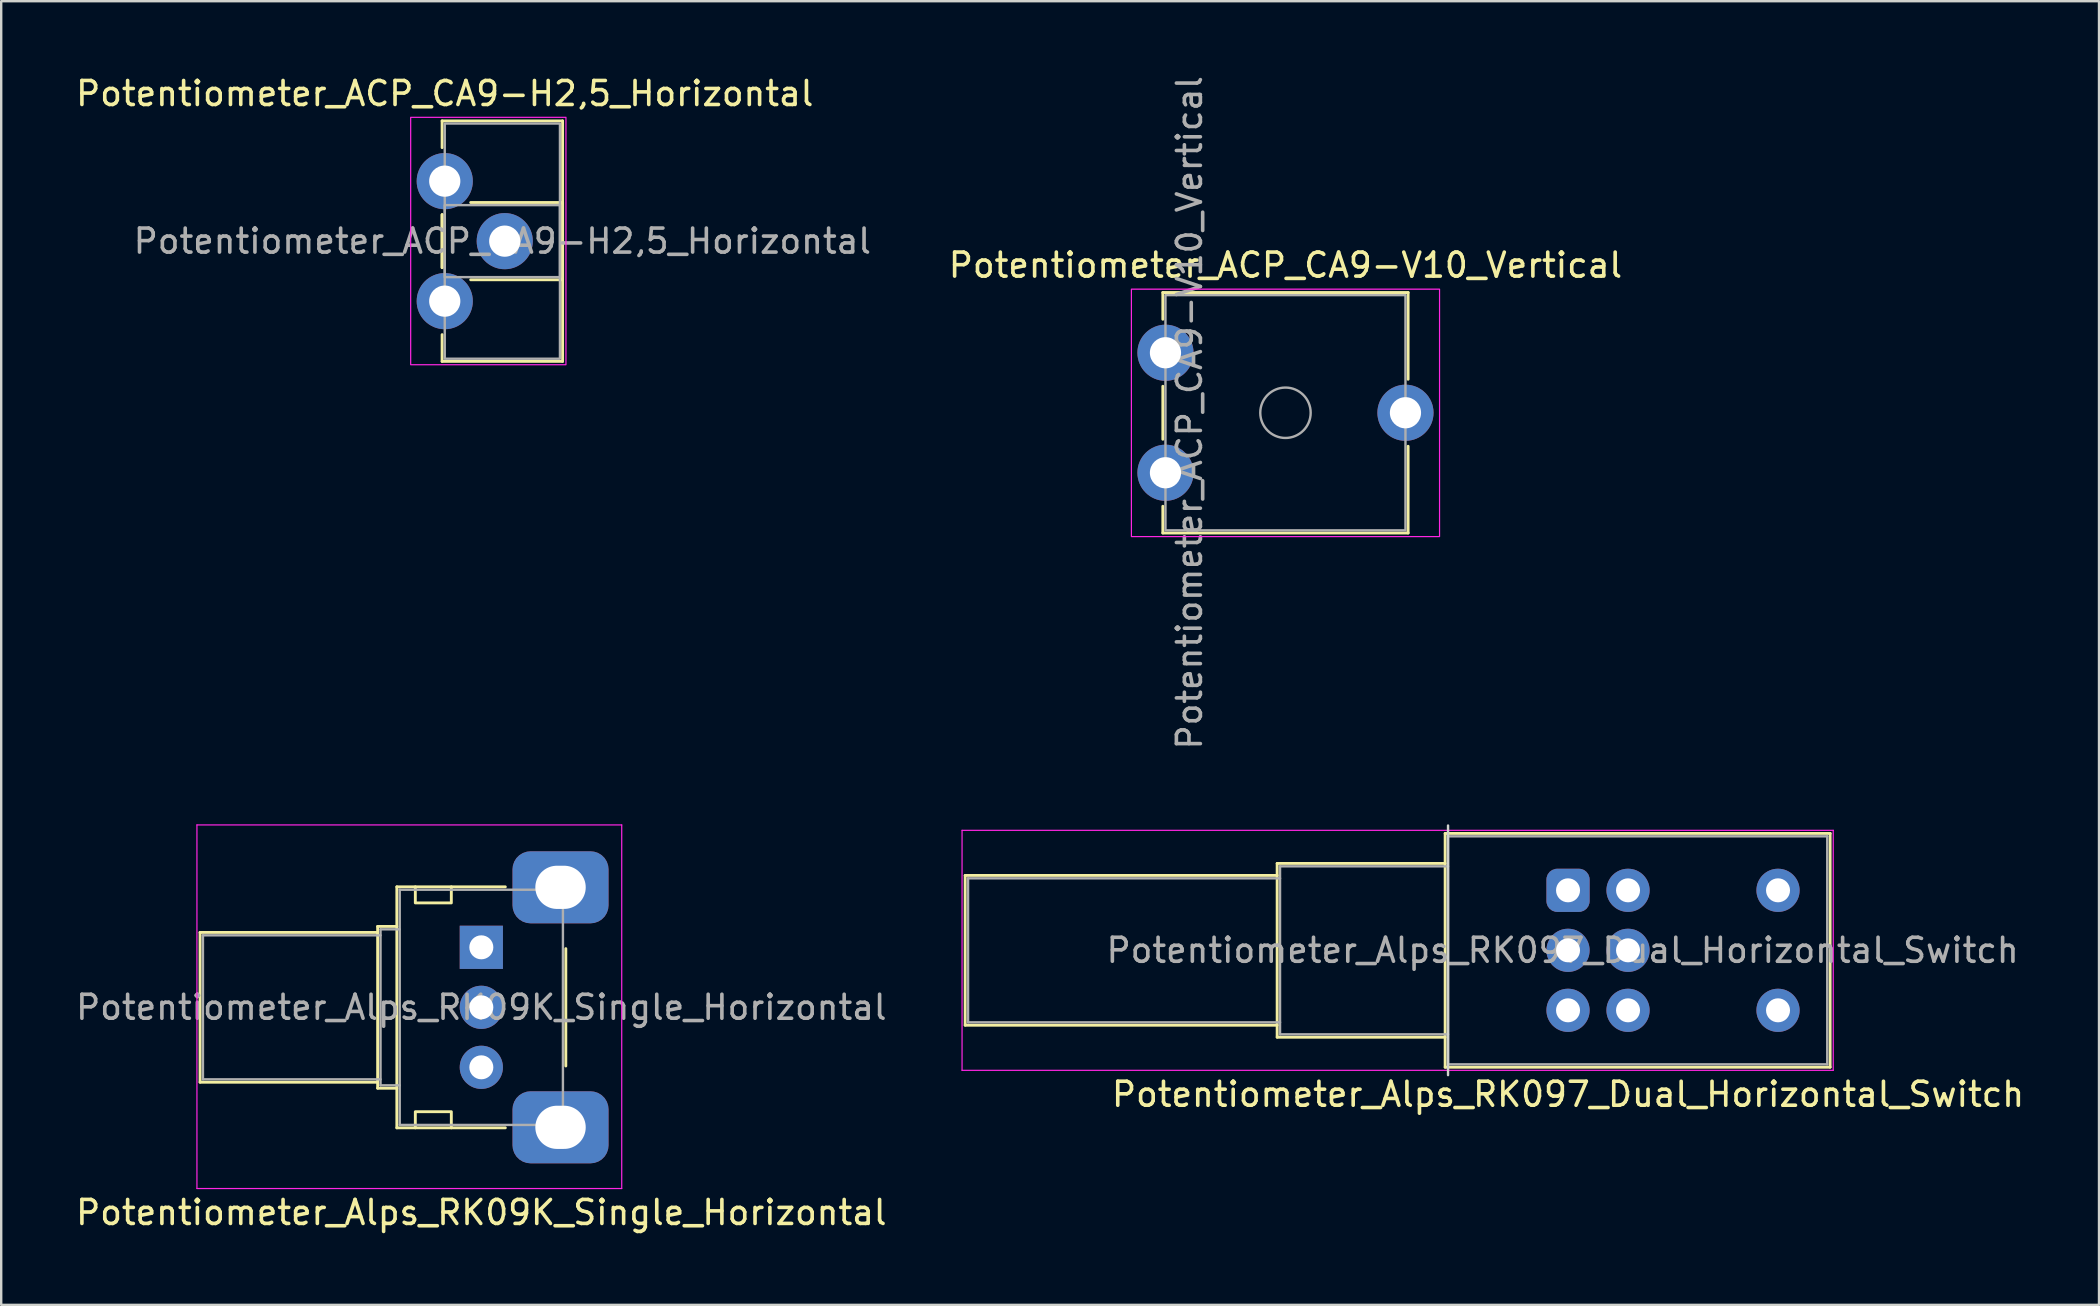
<source format=kicad_pcb>
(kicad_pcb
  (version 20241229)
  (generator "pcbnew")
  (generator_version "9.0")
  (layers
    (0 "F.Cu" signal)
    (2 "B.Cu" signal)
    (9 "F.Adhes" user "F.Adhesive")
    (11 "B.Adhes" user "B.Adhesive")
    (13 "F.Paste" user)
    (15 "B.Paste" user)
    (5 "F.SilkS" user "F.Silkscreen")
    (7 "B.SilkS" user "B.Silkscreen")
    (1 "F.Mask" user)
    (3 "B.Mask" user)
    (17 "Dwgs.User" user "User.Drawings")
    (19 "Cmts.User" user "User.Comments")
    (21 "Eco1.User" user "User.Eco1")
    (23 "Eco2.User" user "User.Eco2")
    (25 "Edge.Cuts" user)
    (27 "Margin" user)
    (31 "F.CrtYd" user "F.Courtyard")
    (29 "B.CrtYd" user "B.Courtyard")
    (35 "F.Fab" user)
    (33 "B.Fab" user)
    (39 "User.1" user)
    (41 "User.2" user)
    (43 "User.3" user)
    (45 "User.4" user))
  (footprint "Potentiometer_Alps_RK09K_Single_Horizontal"
    (layer "F.Cu")
    (at 17.006 36.423)
    (property "Reference" "Potentiometer_Alps_RK09K_Single_Horizontal" (at 0 11.05 180) (layer "F.SilkS") (effects (font (size 1 1) (thickness 0.15))))
    (attr through_hole)
    (fp_line (start -11.72 5.62) (end -11.72 -0.62) (stroke (width 0.12) (type solid)) (layer "F.SilkS"))
    (fp_line (start -4.32 -0.62) (end -11.72 -0.62) (stroke (width 0.12) (type solid)) (layer "F.SilkS"))
    (fp_line (start -4.32 5.62) (end -11.72 5.62) (stroke (width 0.12) (type solid)) (layer "F.SilkS"))
    (fp_line (start -4.32 5.87) (end -4.32 -0.87) (stroke (width 0.12) (type solid)) (layer "F.SilkS"))
    (fp_line (start -3.52 -0.87) (end -4.32 -0.87) (stroke (width 0.12) (type solid)) (layer "F.SilkS"))
    (fp_line (start -3.52 5.87) (end -4.32 5.87) (stroke (width 0.12) (type solid)) (layer "F.SilkS"))
    (fp_line (start -3.52 7.521) (end -3.52 -2.52) (stroke (width 0.12) (type solid)) (layer "F.SilkS"))
    (fp_line (start -2.75 -2.52) (end -3.52 -2.52) (stroke (width 0.12) (type solid)) (layer "F.SilkS"))
    (fp_line (start -2.75 7.521) (end -3.52 7.521) (stroke (width 0.12) (type solid)) (layer "F.SilkS"))
    (fp_line (start -1.25 -2.52) (end 1 -2.52) (stroke (width 0.12) (type solid)) (layer "F.SilkS"))
    (fp_line (start 1 7.521) (end -1.25 7.521) (stroke (width 0.12) (type solid)) (layer "F.SilkS"))
    (fp_line (start 3.52 4.944) (end 3.52 0.055) (stroke (width 0.12) (type solid)) (layer "F.SilkS"))
    (fp_rect (start -2.75 -2.52) (end -1.25 -1.85) (stroke (width 0.12) (type solid)) (fill no) (layer "F.SilkS"))
    (fp_rect (start -2.75 6.85) (end -1.25 7.521) (stroke (width 0.12) (type solid)) (fill no) (layer "F.SilkS"))
    (fp_line (start -11.85 -5.1) (end -11.85 10.05) (stroke (width 0.05) (type solid)) (layer "F.CrtYd"))
    (fp_line (start -11.85 10.05) (end 5.85 10.05) (stroke (width 0.05) (type solid)) (layer "F.CrtYd"))
    (fp_line (start 5.85 -5.1) (end -11.85 -5.1) (stroke (width 0.05) (type solid)) (layer "F.CrtYd"))
    (fp_line (start 5.85 10.05) (end 5.85 -5.1) (stroke (width 0.05) (type solid)) (layer "F.CrtYd"))
    (fp_line (start -11.6 -0.5) (end -11.6 5.5) (stroke (width 0.1) (type solid)) (layer "F.Fab"))
    (fp_line (start -11.6 5.5) (end -4.2 5.5) (stroke (width 0.1) (type solid)) (layer "F.Fab"))
    (fp_line (start -4.2 -0.75) (end -4.2 5.75) (stroke (width 0.1) (type solid)) (layer "F.Fab"))
    (fp_line (start -4.2 -0.5) (end -11.6 -0.5) (stroke (width 0.1) (type solid)) (layer "F.Fab"))
    (fp_line (start -4.2 5.75) (end -3.4 5.75) (stroke (width 0.1) (type solid)) (layer "F.Fab"))
    (fp_line (start -3.4 -2.4) (end -3.4 7.4) (stroke (width 0.1) (type solid)) (layer "F.Fab"))
    (fp_line (start -3.4 -0.75) (end -4.2 -0.75) (stroke (width 0.1) (type solid)) (layer "F.Fab"))
    (fp_line (start -3.4 7.4) (end 3.4 7.4) (stroke (width 0.1) (type solid)) (layer "F.Fab"))
    (fp_line (start 3.4 -2.4) (end -3.4 -2.4) (stroke (width 0.1) (type solid)) (layer "F.Fab"))
    (fp_line (start 3.4 7.4) (end 3.4 -2.4) (stroke (width 0.1) (type solid)) (layer "F.Fab"))
    (fp_text user "${REFERENCE}" (at 0 2.5 180) (layer "F.Fab") (effects (font (size 1 1) (thickness 0.15))))
    (pad "1" thru_hole rect (at 0 0 180) (size 1.8 1.8) (drill 1) (layers "*.Cu" "*.Mask"))
    (pad "2" thru_hole circle (at 0 2.5 180) (size 1.8 1.8) (drill 1) (layers "*.Cu" "*.Mask"))
    (pad "3" thru_hole circle (at 0 5 180) (size 1.8 1.8) (drill 1) (layers "*.Cu" "*.Mask"))
    (pad "MP" thru_hole roundrect (at 3.3 -2.5 180) (size 4 3) (drill oval 2.1 1.8) (layers "*.Cu" "*.Mask") (roundrect_rratio 0.25))
    (pad "MP" thru_hole roundrect (at 3.3 7.5 180) (size 4 3) (drill oval 2.1 1.8) (layers "*.Cu" "*.Mask") (roundrect_rratio 0.25))
    (zone (net_name "") (layer "F.Cu") (name "Copper Keep Out") (hatch full 0.508) (connect_pads) (min_thickness 0.254) (filled_areas_thickness no) (keepout (tracks not_allowed) (vias not_allowed) (pads not_allowed) (copperpour not_allowed) (footprints not_allowed)) (placement (enabled no)) (fill) (polygon (pts (xy 14.256 33.923) (xy 15.756 33.923) (xy 15.756 34.573) (xy 14.256 34.573))))
    (zone (net_name "") (layer "F.Cu") (name "Copper Keep Out") (hatch full 0.508) (connect_pads) (min_thickness 0.254) (filled_areas_thickness no) (keepout (tracks not_allowed) (vias not_allowed) (pads not_allowed) (copperpour not_allowed) (footprints not_allowed)) (placement (enabled no)) (fill) (polygon (pts (xy 14.256 43.273) (xy 15.756 43.273) (xy 15.756 43.923) (xy 14.256 43.923)))))
  (footprint "Potentiometer_Alps_RK097_Dual_Horizontal_Switch"
    (layer "F.Cu")
    (at 62.287 34.048)
    (property "Reference" "Potentiometer_Alps_RK097_Dual_Horizontal_Switch" (at 0 8.5 180) (layer "F.SilkS") (effects (font (size 1 1) (thickness 0.15))))
    (attr through_hole)
    (fp_line (start -25.12 5.62) (end -25.12 -0.62) (stroke (width 0.12) (type solid)) (layer "F.SilkS"))
    (fp_line (start -12.12 -0.62) (end -25.12 -0.62) (stroke (width 0.12) (type solid)) (layer "F.SilkS"))
    (fp_line (start -12.12 5.62) (end -25.12 5.62) (stroke (width 0.12) (type solid)) (layer "F.SilkS"))
    (fp_line (start -12.12 6.12) (end -12.12 -1.12) (stroke (width 0.12) (type solid)) (layer "F.SilkS"))
    (fp_line (start -5.12 -1.12) (end -12.12 -1.12) (stroke (width 0.12) (type solid)) (layer "F.SilkS"))
    (fp_line (start -5.12 6.12) (end -12.12 6.12) (stroke (width 0.12) (type solid)) (layer "F.SilkS"))
    (fp_line (start -5.12 7.37) (end -5.12 -2.37) (stroke (width 0.12) (type solid)) (layer "F.SilkS"))
    (fp_line (start 10.921 -2.37) (end -5.12 -2.37) (stroke (width 0.12) (type solid)) (layer "F.SilkS"))
    (fp_line (start 10.921 7.37) (end -5.12 7.37) (stroke (width 0.12) (type solid)) (layer "F.SilkS"))
    (fp_line (start 10.921 7.37) (end 10.921 -2.37) (stroke (width 0.12) (type solid)) (layer "F.SilkS"))
    (fp_line (start -5 -2.7) (end -5 7.7) (stroke (width 0.1) (type solid)) (layer "Edge.Cuts"))
    (fp_line (start -25.25 -2.5) (end -25.25 7.5) (stroke (width 0.05) (type solid)) (layer "F.CrtYd"))
    (fp_line (start -25.25 7.5) (end 11.05 7.5) (stroke (width 0.05) (type solid)) (layer "F.CrtYd"))
    (fp_line (start 11.05 -2.5) (end -25.25 -2.5) (stroke (width 0.05) (type solid)) (layer "F.CrtYd"))
    (fp_line (start 11.05 7.5) (end 11.05 -2.5) (stroke (width 0.05) (type solid)) (layer "F.CrtYd"))
    (fp_line (start -25 -0.5) (end -25 5.5) (stroke (width 0.1) (type solid)) (layer "F.Fab"))
    (fp_line (start -25 5.5) (end -12 5.5) (stroke (width 0.1) (type solid)) (layer "F.Fab"))
    (fp_line (start -12 -1) (end -12 6) (stroke (width 0.1) (type solid)) (layer "F.Fab"))
    (fp_line (start -12 -0.5) (end -25 -0.5) (stroke (width 0.1) (type solid)) (layer "F.Fab"))
    (fp_line (start -12 6) (end -5 6) (stroke (width 0.1) (type solid)) (layer "F.Fab"))
    (fp_line (start -5 -2.25) (end -5 7.25) (stroke (width 0.1) (type solid)) (layer "F.Fab"))
    (fp_line (start -5 -1) (end -12 -1) (stroke (width 0.1) (type solid)) (layer "F.Fab"))
    (fp_line (start -5 7.25) (end 10.8 7.25) (stroke (width 0.1) (type solid)) (layer "F.Fab"))
    (fp_line (start 10.8 -2.25) (end -5 -2.25) (stroke (width 0.1) (type solid)) (layer "F.Fab"))
    (fp_line (start 10.8 7.25) (end 10.8 -2.25) (stroke (width 0.1) (type solid)) (layer "F.Fab"))
    (fp_text user "${REFERENCE}" (at -0.225 2.5 180) (layer "F.Fab") (effects (font (size 1 1) (thickness 0.15))))
    (pad "1" thru_hole roundrect (at 0 0 180) (size 1.8 1.8) (drill 1) (layers "*.Cu" "*.Mask") (roundrect_rratio 0.25))
    (pad "2" thru_hole circle (at 0 2.5 180) (size 1.8 1.8) (drill 1) (layers "*.Cu" "*.Mask"))
    (pad "3" thru_hole circle (at 0 5 180) (size 1.8 1.8) (drill 1) (layers "*.Cu" "*.Mask"))
    (pad "4" thru_hole circle (at 2.5 0 180) (size 1.8 1.8) (drill 1) (layers "*.Cu" "*.Mask"))
    (pad "5" thru_hole circle (at 2.5 2.5 180) (size 1.8 1.8) (drill 1) (layers "*.Cu" "*.Mask"))
    (pad "6" thru_hole circle (at 2.5 5 180) (size 1.8 1.8) (drill 1) (layers "*.Cu" "*.Mask"))
    (pad "7" thru_hole circle (at 8.75 0 180) (size 1.8 1.8) (drill 1) (layers "*.Cu" "*.Mask"))
    (pad "8" thru_hole circle (at 8.75 5 180) (size 1.8 1.8) (drill 1) (layers "*.Cu" "*.Mask")))
  (footprint "Potentiometer_ACP_CA9-V10_Vertical"
    (layer "F.Cu")
    (at 45.513 16.649)
    (property "Reference" "Potentiometer_ACP_CA9-V10_Vertical" (at 5 -8.65 0) (layer "F.SilkS") (effects (font (size 1 1) (thickness 0.15))))
    (attr through_hole)
    (fp_line (start -0.11 -7.51) (end 10.11 -7.51) (stroke (width 0.12) (type solid)) (layer "F.SilkS"))
    (fp_line (start -0.11 -6.396) (end -0.11 -7.51) (stroke (width 0.12) (type solid)) (layer "F.SilkS"))
    (fp_line (start -0.11 -1.396) (end -0.11 -3.604) (stroke (width 0.12) (type solid)) (layer "F.SilkS"))
    (fp_line (start -0.11 2.51) (end -0.11 1.396) (stroke (width 0.12) (type solid)) (layer "F.SilkS"))
    (fp_line (start 10.11 -7.51) (end 10.11 -3.896) (stroke (width 0.12) (type solid)) (layer "F.SilkS"))
    (fp_line (start 10.11 -1.104) (end 10.11 2.51) (stroke (width 0.12) (type solid)) (layer "F.SilkS"))
    (fp_line (start 10.11 2.51) (end -0.11 2.51) (stroke (width 0.12) (type solid)) (layer "F.SilkS"))
    (fp_rect (start -1.42 -7.65) (end 11.42 2.66) (stroke (width 0.05) (type solid)) (fill no) (layer "F.CrtYd"))
    (fp_rect (start 0 -7.4) (end 10 2.4) (stroke (width 0.1) (type solid)) (fill no) (layer "F.Fab"))
    (fp_circle (center 5 -2.5) (end 6.05 -2.5) (stroke (width 0.1) (type solid)) (fill no) (layer "F.Fab"))
    (fp_text user "${REFERENCE}" (at 1 -2.5 90) (layer "F.Fab") (effects (font (size 1 1) (thickness 0.15))))
    (pad "1" thru_hole circle (at 0 0) (size 2.34 2.34) (drill 1.3) (layers "*.Cu" "*.Mask"))
    (pad "2" thru_hole circle (at 10 -2.5) (size 2.34 2.34) (drill 1.3) (layers "*.Cu" "*.Mask"))
    (pad "3" thru_hole circle (at 0 -5) (size 2.34 2.34) (drill 1.3) (layers "*.Cu" "*.Mask")))
  (footprint "Potentiometer_ACP_CA9-H2,5_Horizontal"
    (layer "F.Cu")
    (at 15.482 4.498)
    (property "Reference" "Potentiometer_ACP_CA9-H2,5_Horizontal" (at 0 -3.65 0) (layer "F.SilkS") (effects (font (size 1 1) (thickness 0.15))))
    (attr through_hole)
    (fp_line (start -0.11 -2.51) (end 4.91 -2.51) (stroke (width 0.12) (type solid)) (layer "F.SilkS"))
    (fp_line (start -0.11 -1.396) (end -0.11 -2.51) (stroke (width 0.12) (type solid)) (layer "F.SilkS"))
    (fp_line (start -0.11 3.604) (end -0.11 1.396) (stroke (width 0.12) (type solid)) (layer "F.SilkS"))
    (fp_line (start -0.11 3.604) (end -0.11 1.396) (stroke (width 0.12) (type solid)) (layer "F.SilkS"))
    (fp_line (start -0.11 7.51) (end -0.11 6.396) (stroke (width 0.12) (type solid)) (layer "F.SilkS"))
    (fp_line (start 1.081 0.89) (end 4.91 0.89) (stroke (width 0.12) (type solid)) (layer "F.SilkS"))
    (fp_line (start 4.91 -2.51) (end 4.91 7.51) (stroke (width 0.12) (type solid)) (layer "F.SilkS"))
    (fp_line (start 4.91 0.89) (end 4.91 4.11) (stroke (width 0.12) (type solid)) (layer "F.SilkS"))
    (fp_line (start 4.91 4.11) (end 1.081 4.11) (stroke (width 0.12) (type solid)) (layer "F.SilkS"))
    (fp_line (start 4.91 7.51) (end -0.11 7.51) (stroke (width 0.12) (type solid)) (layer "F.SilkS"))
    (fp_rect (start -1.42 -2.66) (end 5.05 7.65) (stroke (width 0.05) (type solid)) (fill no) (layer "F.CrtYd"))
    (fp_rect (start 0 -2.4) (end 4.8 7.4) (stroke (width 0.1) (type solid)) (fill no) (layer "F.Fab"))
    (fp_rect (start 0 1) (end 4.8 4) (stroke (width 0.1) (type solid)) (fill no) (layer "F.Fab"))
    (fp_text user "${REFERENCE}" (at 2.4 2.5 0) (layer "F.Fab") (effects (font (size 1 1) (thickness 0.15))))
    (pad "1" thru_hole circle (at 0 0) (size 2.34 2.34) (drill 1.3) (layers "*.Cu" "*.Mask"))
    (pad "2" thru_hole circle (at 2.5 2.5) (size 2.34 2.34) (drill 1.3) (layers "*.Cu" "*.Mask"))
    (pad "3" thru_hole circle (at 0 5) (size 2.34 2.34) (drill 1.3) (layers "*.Cu" "*.Mask")))
  (gr_rect
    (start -3 -3)
    (end 84.412 51.321)
    (stroke (width 0.1) (type default))
    (fill no)
    (layer "Edge.Cuts")))
</source>
